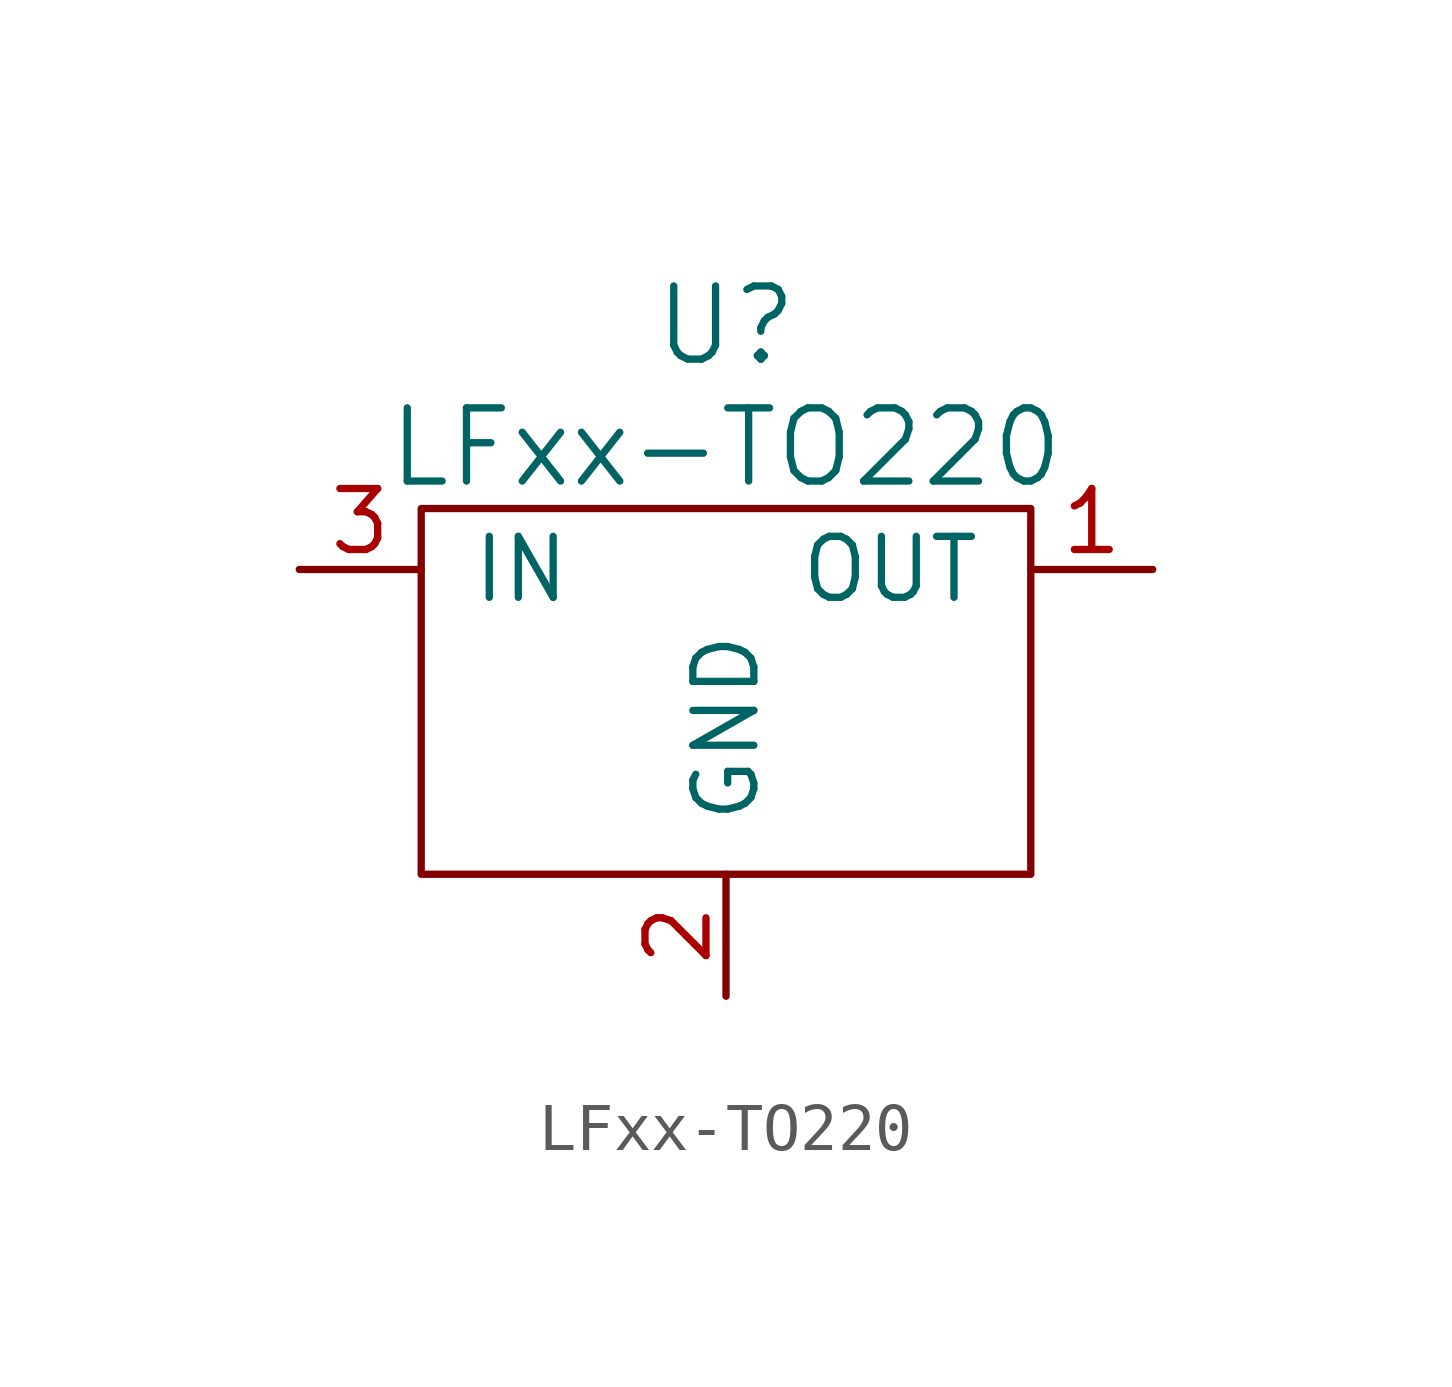
<source format=kicad_sym>
(kicad_symbol_lib
  (version 20220914)
  (generator kicad_symbol_editor)
  (symbol "LFxx-TO220"
    (pin_names
      (offset 1.016))
    (property "Reference" "U"
      (at 0 5.08 0)
      (effects (font (size 1.524 1.524))))
    (property "Value" "LFxx-TO220"
      (at 0 2.54 0)
      (effects (font (size 1.524 1.524))))
    (property "Footprint" ""
      (at 0 0 0)
      (effects (font (size 1.524 1.524))))
    (property "Datasheet" ""
      (at 0 0 0)
      (effects (font (size 1.524 1.524))))
    (symbol "LFxx-TO220_0_1"
      (rectangle (start -6.35 1.27) (end 6.35 -6.35) (stroke (width 0) (type solid)) (fill (type none))))
    (symbol "LFxx-TO220_1_1"
      (pin input line (at 8.89 0 180) (length 2.54) (name "OUT" (effects (font (size 1.27 1.27)))) (number "1" (effects (font (size 1.27 1.27)))))
      (pin input line (at 0 -8.89 90) (length 2.54) (name "GND" (effects (font (size 1.27 1.27)))) (number "2" (effects (font (size 1.27 1.27)))))
      (pin input line (at -8.89 0 0) (length 2.54) (name "IN" (effects (font (size 1.27 1.27)))) (number "3" (effects (font (size 1.27 1.27))))))))
</source>
